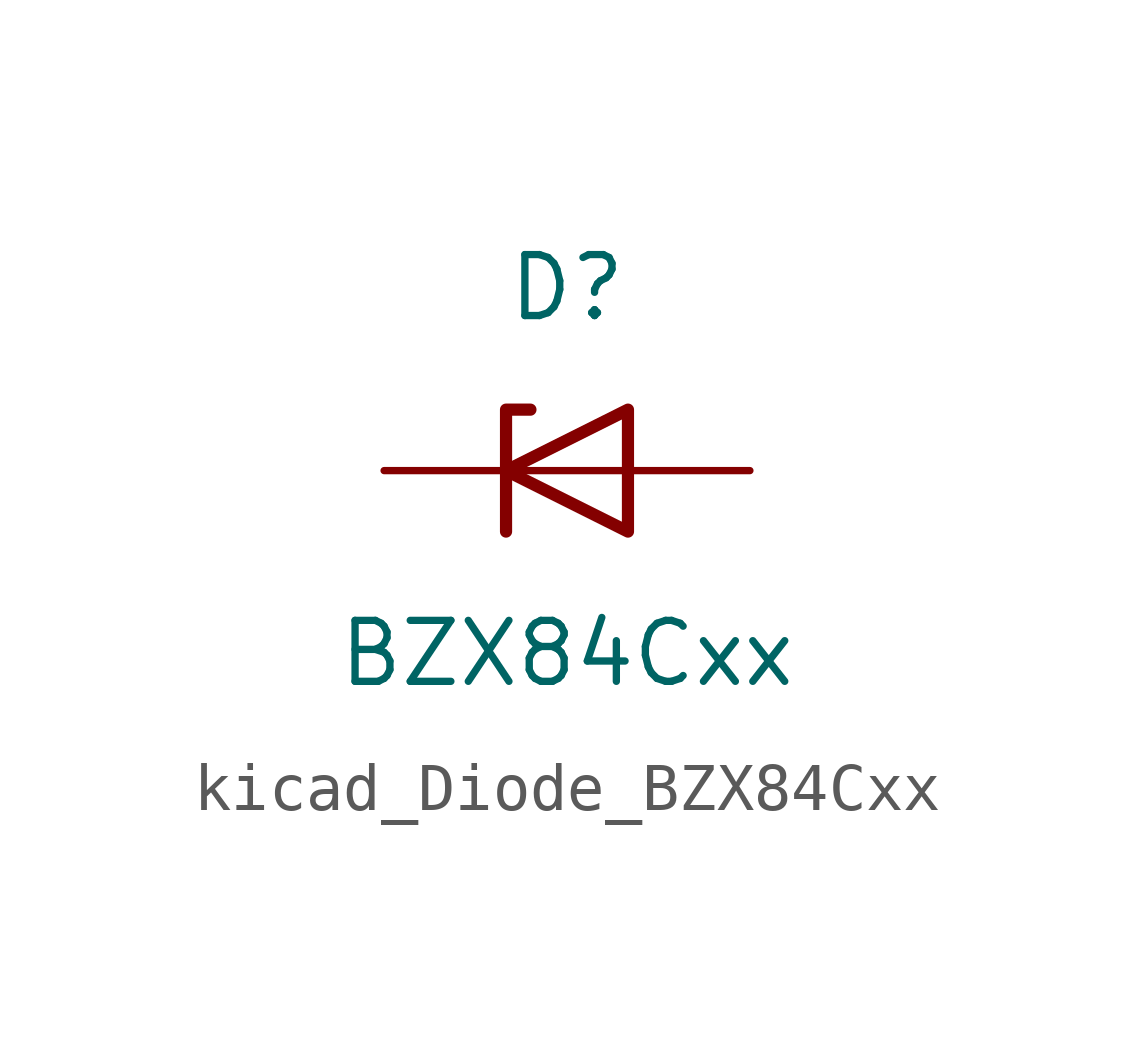
<source format=kicad_sym>
(kicad_symbol_lib
  (version 20220914)
  (generator kicad_symbol_editor)
  (symbol "kicad_Diode_BZX84Cxx"
    (pin_numbers hide)
    (pin_names hide)
    (property "Reference" "D"
      (at 0 3.81 0)
      (effects (font (size 1.27 1.27))))
    (property "Value" "BZX84Cxx"
      (at 0 -3.81 0)
      (effects (font (size 1.27 1.27))))
    (symbol "kicad_Diode_BZX84Cxx_0_1"
      (polyline (pts (xy 1.27 0) (xy -1.27 0)) (stroke (width 0) (type default)) (fill (type none)))
      (polyline (pts (xy -1.27 -1.27) (xy -1.27 1.27) (xy -0.762 1.27)) (stroke (width 0.254) (type default)) (fill (type none)))
      (polyline (pts (xy 1.27 -1.27) (xy 1.27 1.27) (xy -1.27 0) (xy 1.27 -1.27)) (stroke (width 0.254) (type default)) (fill (type none))))
    (symbol "kicad_Diode_BZX84Cxx_1_1"
      (pin passive line (at 3.81 0 180) (length 2.54) (name "A" (effects (font (size 1.27 1.27)))) (number "1" (effects (font (size 1.27 1.27)))))
      (pin no_connect line (at 1.27 0 180) (length 2.54) hide (name "NC" (effects (font (size 1.27 1.27)))) (number "2" (effects (font (size 1.27 1.27)))))
      (pin passive line (at -3.81 0 0) (length 2.54) (name "K" (effects (font (size 1.27 1.27)))) (number "3" (effects (font (size 1.27 1.27))))))))
</source>
